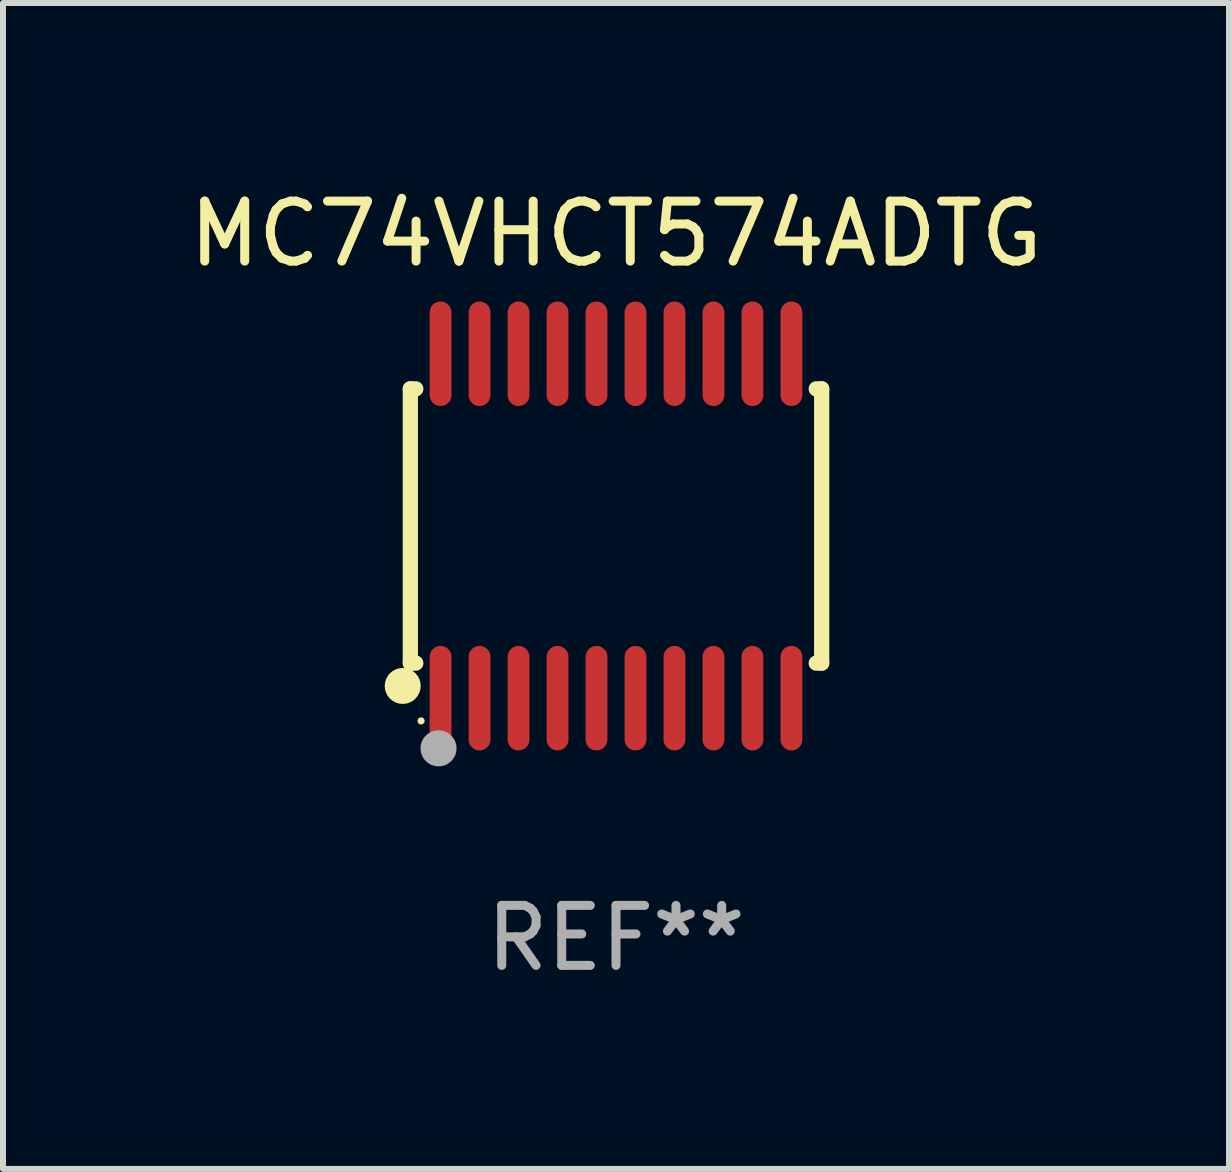
<source format=kicad_pcb>
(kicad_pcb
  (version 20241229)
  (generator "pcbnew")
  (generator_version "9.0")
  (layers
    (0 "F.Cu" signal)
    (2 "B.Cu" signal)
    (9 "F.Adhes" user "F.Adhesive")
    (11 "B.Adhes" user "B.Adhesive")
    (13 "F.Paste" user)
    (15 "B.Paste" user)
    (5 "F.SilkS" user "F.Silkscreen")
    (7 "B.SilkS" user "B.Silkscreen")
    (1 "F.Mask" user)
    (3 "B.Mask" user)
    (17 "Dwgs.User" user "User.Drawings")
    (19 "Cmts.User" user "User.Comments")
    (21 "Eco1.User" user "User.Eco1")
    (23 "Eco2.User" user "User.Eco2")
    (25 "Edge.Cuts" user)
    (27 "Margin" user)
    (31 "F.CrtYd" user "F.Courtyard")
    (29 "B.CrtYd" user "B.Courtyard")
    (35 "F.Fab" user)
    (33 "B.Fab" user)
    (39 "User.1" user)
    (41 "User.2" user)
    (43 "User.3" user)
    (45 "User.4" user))
  (footprint "MC74VHCT574ADTG"
    (layer "F.Cu")
    (at 7.22 5.719)
    (property "Reference" "MC74VHCT574ADTG" (at 0 -4.871 0) (layer "F.SilkS") (effects (font (size 1 1) (thickness 0.15))))
    (attr through_hole)
    (fp_line (start -3.429 -2.286) (end -3.429 2.286) (stroke (width 0.254) (type solid)) (layer "F.SilkS"))
    (fp_line (start -3.429 2.286) (end -3.338 2.286) (stroke (width 0.254) (type solid)) (layer "F.SilkS"))
    (fp_line (start -3.338 -2.286) (end -3.429 -2.286) (stroke (width 0.254) (type solid)) (layer "F.SilkS"))
    (fp_line (start 3.338 -2.286) (end 3.429 -2.286) (stroke (width 0.254) (type solid)) (layer "F.SilkS"))
    (fp_line (start 3.429 -2.286) (end 3.429 2.286) (stroke (width 0.254) (type solid)) (layer "F.SilkS"))
    (fp_line (start 3.429 2.286) (end 3.338 2.286) (stroke (width 0.254) (type solid)) (layer "F.SilkS"))
    (fp_circle (center -3.556 2.667) (end -3.406 2.667) (stroke (width 0.3) (type solid)) (fill no) (layer "F.SilkS"))
    (fp_circle (center -3.25 3.25) (end -3.22 3.25) (stroke (width 0.06) (type solid)) (fill no) (layer "F.SilkS"))
    (fp_circle (center -2.959 3.707) (end -2.808 3.707) (stroke (width 0.3) (type solid)) (fill no) (layer "F.Fab"))
    (fp_text user "REF**" (at 0 6.871 0) (layer "F.Fab") (effects (font (size 1 1) (thickness 0.15))))
    (pad "1" smd oval (at -2.925 2.871) (size 0.364 1.742) (layers "F.Cu" "F.Mask" "F.Paste"))
    (pad "2" smd oval (at -2.275 2.871) (size 0.364 1.742) (layers "F.Cu" "F.Mask" "F.Paste"))
    (pad "3" smd oval (at -1.625 2.871) (size 0.364 1.742) (layers "F.Cu" "F.Mask" "F.Paste"))
    (pad "4" smd oval (at -0.975 2.871) (size 0.364 1.742) (layers "F.Cu" "F.Mask" "F.Paste"))
    (pad "5" smd oval (at -0.325 2.871) (size 0.364 1.742) (layers "F.Cu" "F.Mask" "F.Paste"))
    (pad "6" smd oval (at 0.325 2.871) (size 0.364 1.742) (layers "F.Cu" "F.Mask" "F.Paste"))
    (pad "7" smd oval (at 0.975 2.871) (size 0.364 1.742) (layers "F.Cu" "F.Mask" "F.Paste"))
    (pad "8" smd oval (at 1.625 2.871) (size 0.364 1.742) (layers "F.Cu" "F.Mask" "F.Paste"))
    (pad "9" smd oval (at 2.275 2.871) (size 0.364 1.742) (layers "F.Cu" "F.Mask" "F.Paste"))
    (pad "10" smd oval (at 2.925 2.871) (size 0.364 1.742) (layers "F.Cu" "F.Mask" "F.Paste"))
    (pad "11" smd oval (at 2.925 -2.871) (size 0.364 1.742) (layers "F.Cu" "F.Mask" "F.Paste"))
    (pad "12" smd oval (at 2.275 -2.871) (size 0.364 1.742) (layers "F.Cu" "F.Mask" "F.Paste"))
    (pad "13" smd oval (at 1.625 -2.871) (size 0.364 1.742) (layers "F.Cu" "F.Mask" "F.Paste"))
    (pad "14" smd oval (at 0.975 -2.871) (size 0.364 1.742) (layers "F.Cu" "F.Mask" "F.Paste"))
    (pad "15" smd oval (at 0.325 -2.871) (size 0.364 1.742) (layers "F.Cu" "F.Mask" "F.Paste"))
    (pad "16" smd oval (at -0.325 -2.871) (size 0.364 1.742) (layers "F.Cu" "F.Mask" "F.Paste"))
    (pad "17" smd oval (at -0.975 -2.871) (size 0.364 1.742) (layers "F.Cu" "F.Mask" "F.Paste"))
    (pad "18" smd oval (at -1.625 -2.871) (size 0.364 1.742) (layers "F.Cu" "F.Mask" "F.Paste"))
    (pad "19" smd oval (at -2.275 -2.871) (size 0.364 1.742) (layers "F.Cu" "F.Mask" "F.Paste"))
    (pad "20" smd oval (at -2.925 -2.871) (size 0.364 1.742) (layers "F.Cu" "F.Mask" "F.Paste")))
  (gr_rect
    (start -3 -3)
    (end 17.44 16.438)
    (stroke (width 0.1) (type default))
    (fill no)
    (layer "Edge.Cuts")))
</source>
